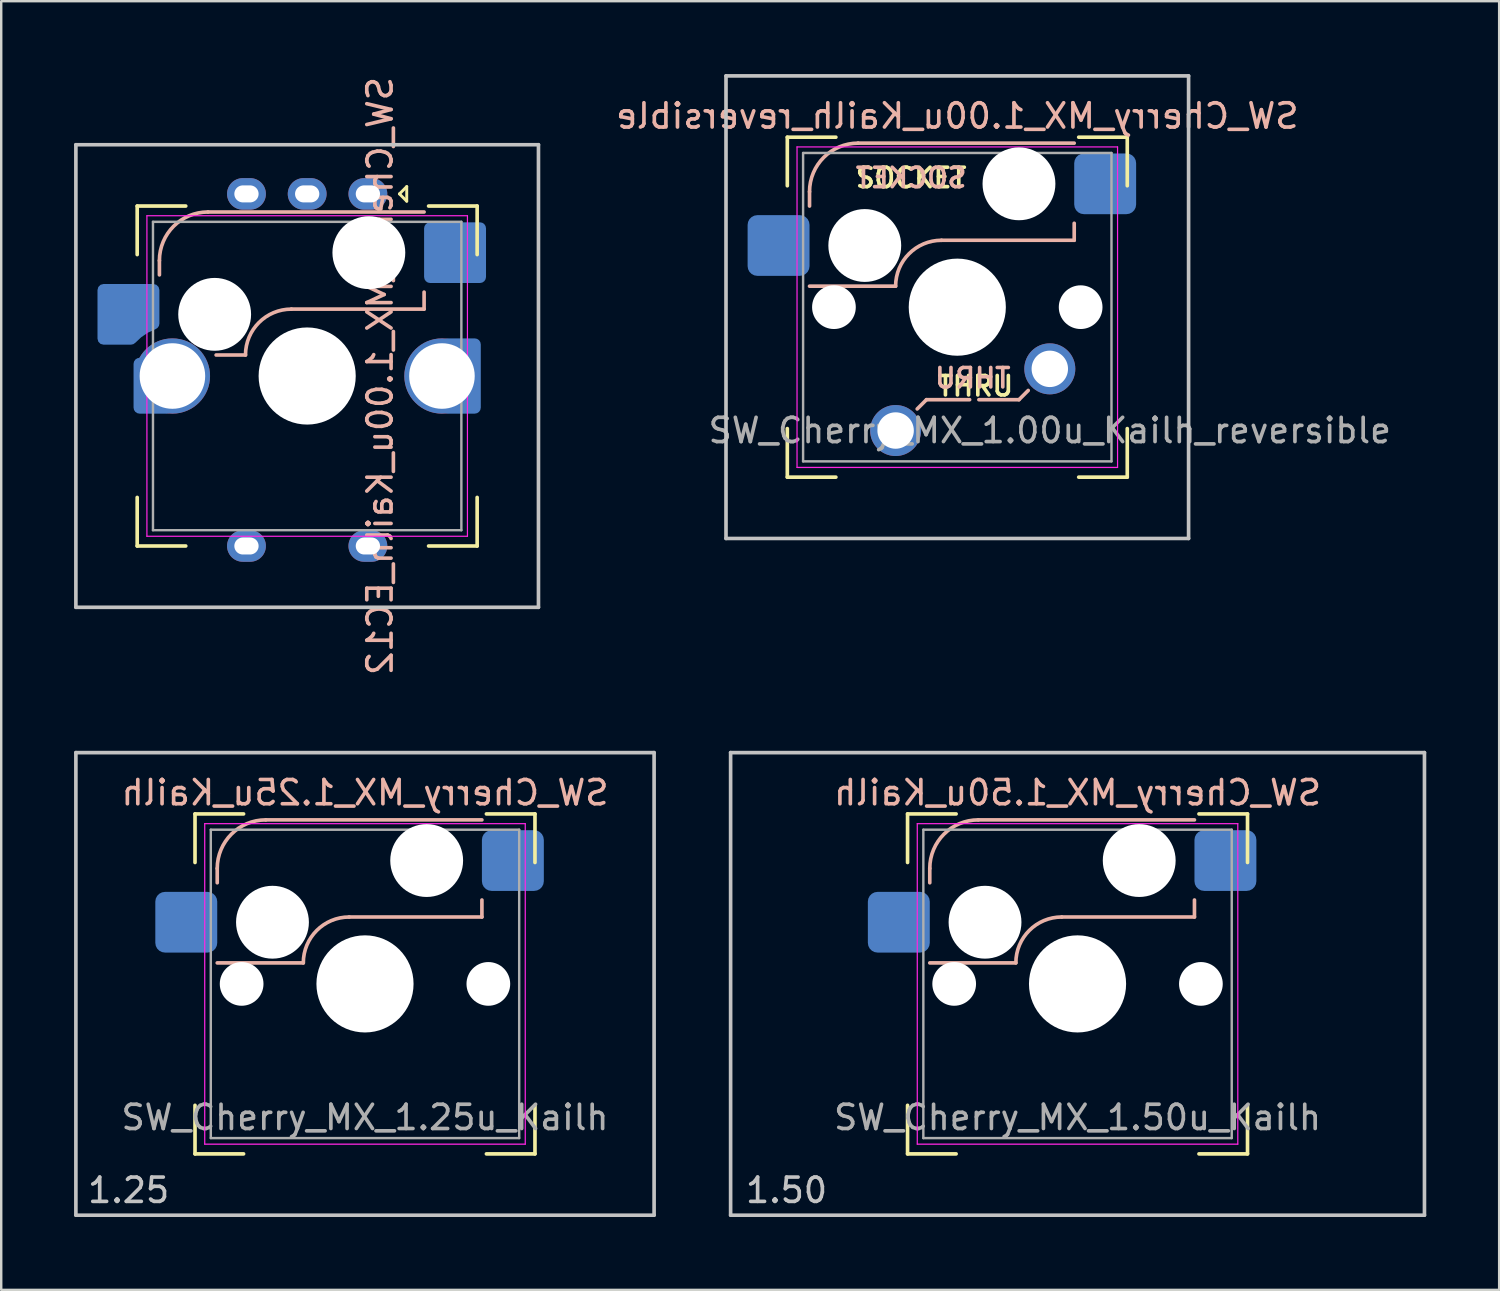
<source format=kicad_pcb>
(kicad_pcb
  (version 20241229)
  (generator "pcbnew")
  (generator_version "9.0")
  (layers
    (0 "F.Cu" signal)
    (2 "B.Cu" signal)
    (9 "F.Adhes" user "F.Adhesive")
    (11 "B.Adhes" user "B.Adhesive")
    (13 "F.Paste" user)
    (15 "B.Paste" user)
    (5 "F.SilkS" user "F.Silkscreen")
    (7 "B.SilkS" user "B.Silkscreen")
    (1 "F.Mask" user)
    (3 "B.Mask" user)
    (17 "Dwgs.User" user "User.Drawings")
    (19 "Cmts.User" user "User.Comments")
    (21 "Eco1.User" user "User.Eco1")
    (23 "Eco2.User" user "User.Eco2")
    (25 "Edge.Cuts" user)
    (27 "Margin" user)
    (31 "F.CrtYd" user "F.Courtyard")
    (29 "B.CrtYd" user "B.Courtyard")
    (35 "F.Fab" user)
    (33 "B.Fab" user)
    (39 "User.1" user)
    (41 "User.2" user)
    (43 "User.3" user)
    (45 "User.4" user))
  (footprint "SW_Cherry_MX_1.25u_Kailh"
    (layer "F.Cu")
    (at 11.981 37.469)
    (property "Reference" "SW_Cherry_MX_1.25u_Kailh" (at 0 -7.874 0) (layer "B.SilkS") (effects (font (size 1 1) (thickness 0.15)) (justify mirror)))
    (attr through_hole)
    (fp_line (start -7 -7) (end -7 -5) (stroke (width 0.15) (type solid)) (layer "F.SilkS"))
    (fp_line (start -7 5) (end -7 7) (stroke (width 0.15) (type solid)) (layer "F.SilkS"))
    (fp_line (start -7 7) (end -5 7) (stroke (width 0.15) (type solid)) (layer "F.SilkS"))
    (fp_line (start -5 -7) (end -7 -7) (stroke (width 0.15) (type solid)) (layer "F.SilkS"))
    (fp_line (start 5 7) (end 7 7) (stroke (width 0.15) (type solid)) (layer "F.SilkS"))
    (fp_line (start 7 -7) (end 5 -7) (stroke (width 0.15) (type solid)) (layer "F.SilkS"))
    (fp_line (start 7 -5) (end 7 -7) (stroke (width 0.15) (type solid)) (layer "F.SilkS"))
    (fp_line (start 7 7) (end 7 5) (stroke (width 0.15) (type solid)) (layer "F.SilkS"))
    (fp_line (start -6.085 -4.165) (end -6.085 -4.755) (stroke (width 0.15) (type solid)) (layer "B.SilkS"))
    (fp_line (start -4.085 -6.755) (end 4.815 -6.755) (stroke (width 0.15) (type solid)) (layer "B.SilkS"))
    (fp_line (start -2.54 -0.865) (end -6.085 -0.865) (stroke (width 0.15) (type solid)) (layer "B.SilkS"))
    (fp_line (start -0.65 -2.755) (end 4.815 -2.755) (stroke (width 0.15) (type solid)) (layer "B.SilkS"))
    (fp_line (start 4.815 -2.755) (end 4.815 -3.455) (stroke (width 0.15) (type solid)) (layer "B.SilkS"))
    (fp_arc (start -6.085 -4.755) (mid -5.499214 -6.169214) (end -4.085 -6.755) (stroke (width 0.15) (type solid)) (layer "B.SilkS"))
    (fp_arc (start -2.54 -0.865) (mid -1.986432 -2.201432) (end -0.65 -2.755) (stroke (width 0.15) (type solid)) (layer "B.SilkS"))
    (fp_line (start -11.906 -9.525) (end 11.906 -9.525) (stroke (width 0.15) (type solid)) (layer "Dwgs.User"))
    (fp_line (start -11.906 9.525) (end -11.906 -9.525) (stroke (width 0.15) (type solid)) (layer "Dwgs.User"))
    (fp_line (start 11.906 -9.525) (end 11.906 9.525) (stroke (width 0.15) (type solid)) (layer "Dwgs.User"))
    (fp_line (start 11.906 9.525) (end -11.906 9.525) (stroke (width 0.15) (type solid)) (layer "Dwgs.User"))
    (fp_line (start -6.6 -6.6) (end 6.6 -6.6) (stroke (width 0.05) (type solid)) (layer "F.CrtYd"))
    (fp_line (start -6.6 6.6) (end -6.6 -6.6) (stroke (width 0.05) (type solid)) (layer "F.CrtYd"))
    (fp_line (start 6.6 -6.6) (end 6.6 6.6) (stroke (width 0.05) (type solid)) (layer "F.CrtYd"))
    (fp_line (start 6.6 6.6) (end -6.6 6.6) (stroke (width 0.05) (type solid)) (layer "F.CrtYd"))
    (fp_line (start -6.35 -6.35) (end 6.35 -6.35) (stroke (width 0.1) (type solid)) (layer "F.Fab"))
    (fp_line (start -6.35 6.35) (end -6.35 -6.35) (stroke (width 0.1) (type solid)) (layer "F.Fab"))
    (fp_line (start 6.35 -6.35) (end 6.35 6.35) (stroke (width 0.1) (type solid)) (layer "F.Fab"))
    (fp_line (start 6.35 6.35) (end -6.35 6.35) (stroke (width 0.1) (type solid)) (layer "F.Fab"))
    (fp_text user "1.25" (at -11.5 8.5 0) (layer "Dwgs.User") (effects (font (size 1 1) (thickness 0.15)) (justify left)))
    (fp_text user "${REFERENCE}" (at 0 5.5 0) (layer "F.Fab") (effects (font (size 1 1) (thickness 0.15))))
    (pad "" np_thru_hole circle (at -5.08 0) (size 1.8 1.8) (drill 1.8) (layers "*.Cu" "*.Mask"))
    (pad "" np_thru_hole circle (at -3.81 -2.54) (size 3 3) (drill 3) (layers "*.Cu" "*.Mask"))
    (pad "" np_thru_hole circle (at 0 0) (size 4 4) (drill 4) (layers "*.Cu" "*.Mask"))
    (pad "" np_thru_hole circle (at 2.54 -5.08) (size 3 3) (drill 3) (layers "*.Cu" "*.Mask"))
    (pad "" np_thru_hole circle (at 5.08 0) (size 1.8 1.8) (drill 1.8) (layers "*.Cu" "*.Mask"))
    (pad "1" smd roundrect (at -7.36 -2.54) (size 2.55 2.5) (layers "B.Cu" "B.Mask" "B.Paste") (roundrect_rratio 0.16))
    (pad "2" smd roundrect (at 6.09 -5.08) (size 2.55 2.5) (layers "B.Cu" "B.Mask" "B.Paste") (roundrect_rratio 0.16)))
  (footprint "SW_Cherry_MX_1.00u_Kailh_reversible"
    (layer "F.Cu")
    (at 36.373 9.6)
    (property "Reference" "SW_Cherry_MX_1.00u_Kailh_reversible" (at 0 -7.874 0) (layer "B.SilkS") (effects (font (size 1 1) (thickness 0.15)) (justify mirror)))
    (attr through_hole)
    (fp_line (start -7 -7) (end -7 -5) (stroke (width 0.15) (type solid)) (layer "F.SilkS"))
    (fp_line (start -7 5) (end -7 7) (stroke (width 0.15) (type solid)) (layer "F.SilkS"))
    (fp_line (start -7 7) (end -5 7) (stroke (width 0.15) (type solid)) (layer "F.SilkS"))
    (fp_line (start -5 -7) (end -7 -7) (stroke (width 0.15) (type solid)) (layer "F.SilkS"))
    (fp_line (start 5 7) (end 7 7) (stroke (width 0.15) (type solid)) (layer "F.SilkS"))
    (fp_line (start 7 -7) (end 5 -7) (stroke (width 0.15) (type solid)) (layer "F.SilkS"))
    (fp_line (start 7 -5) (end 7 -7) (stroke (width 0.15) (type solid)) (layer "F.SilkS"))
    (fp_line (start 7 7) (end 7 5) (stroke (width 0.15) (type solid)) (layer "F.SilkS"))
    (fp_line (start -6.085 -4.165) (end -6.085 -4.755) (stroke (width 0.15) (type solid)) (layer "B.SilkS"))
    (fp_line (start -4.085 -6.755) (end 4.815 -6.755) (stroke (width 0.15) (type solid)) (layer "B.SilkS"))
    (fp_line (start -2.54 -0.865) (end -6.085 -0.865) (stroke (width 0.15) (type solid)) (layer "B.SilkS"))
    (fp_line (start -1.651 4.191) (end -1.27 3.81) (stroke (width 0.15) (type solid)) (layer "B.SilkS"))
    (fp_line (start -1.27 3.81) (end 0.508 3.81) (stroke (width 0.15) (type solid)) (layer "B.SilkS"))
    (fp_line (start -0.65 -2.755) (end 4.815 -2.755) (stroke (width 0.15) (type solid)) (layer "B.SilkS"))
    (fp_line (start 2.54 3.81) (end 0.889 3.81) (stroke (width 0.15) (type solid)) (layer "B.SilkS"))
    (fp_line (start 2.54 3.81) (end 2.921 3.429) (stroke (width 0.15) (type solid)) (layer "B.SilkS"))
    (fp_line (start 4.815 -2.755) (end 4.815 -3.455) (stroke (width 0.15) (type solid)) (layer "B.SilkS"))
    (fp_arc (start -6.085 -4.755) (mid -5.499214 -6.169214) (end -4.085 -6.755) (stroke (width 0.15) (type solid)) (layer "B.SilkS"))
    (fp_arc (start -2.54 -0.865) (mid -1.986432 -2.201432) (end -0.65 -2.755) (stroke (width 0.15) (type solid)) (layer "B.SilkS"))
    (fp_line (start -9.525 -9.525) (end 9.525 -9.525) (stroke (width 0.15) (type solid)) (layer "Dwgs.User"))
    (fp_line (start -9.525 9.525) (end -9.525 -9.525) (stroke (width 0.15) (type solid)) (layer "Dwgs.User"))
    (fp_line (start 9.525 -9.525) (end 9.525 9.525) (stroke (width 0.15) (type solid)) (layer "Dwgs.User"))
    (fp_line (start 9.525 9.525) (end -9.525 9.525) (stroke (width 0.15) (type solid)) (layer "Dwgs.User"))
    (fp_line (start -6.6 -6.6) (end 6.6 -6.6) (stroke (width 0.05) (type solid)) (layer "F.CrtYd"))
    (fp_line (start -6.6 6.6) (end -6.6 -6.6) (stroke (width 0.05) (type solid)) (layer "F.CrtYd"))
    (fp_line (start 6.6 -6.6) (end 6.6 6.6) (stroke (width 0.05) (type solid)) (layer "F.CrtYd"))
    (fp_line (start 6.6 6.6) (end -6.6 6.6) (stroke (width 0.05) (type solid)) (layer "F.CrtYd"))
    (fp_line (start -6.35 -6.35) (end 6.35 -6.35) (stroke (width 0.1) (type solid)) (layer "F.Fab"))
    (fp_line (start -6.35 6.35) (end -6.35 -6.35) (stroke (width 0.1) (type solid)) (layer "F.Fab"))
    (fp_line (start 6.35 -6.35) (end 6.35 6.35) (stroke (width 0.1) (type solid)) (layer "F.Fab"))
    (fp_line (start 6.35 6.35) (end -6.35 6.35) (stroke (width 0.1) (type solid)) (layer "F.Fab"))
    (fp_text user "SOCKET" (at -1.901 -5.326 0) (layer "F.SilkS") (effects (font (size 0.8 0.8) (thickness 0.15))))
    (fp_text user "THRU" (at 0.75 3.25 0) (layer "F.SilkS") (effects (font (size 0.8 0.8) (thickness 0.15))))
    (fp_text user "SOCKET" (at -1.901 -5.326 0) (layer "B.SilkS") (effects (font (size 0.8 0.8) (thickness 0.15)) (justify mirror)))
    (fp_text user "THRU" (at 0.635 2.921 0) (layer "B.SilkS") (effects (font (size 0.8 0.8) (thickness 0.15)) (justify mirror)))
    (fp_text user "${REFERENCE}" (at 3.81 5.08 0) (layer "F.Fab") (effects (font (size 1 1) (thickness 0.15))))
    (pad "" np_thru_hole circle (at -5.08 0) (size 1.8 1.8) (drill 1.8) (layers "*.Cu" "*.Mask"))
    (pad "" np_thru_hole circle (at -3.81 -2.54) (size 3 3) (drill 3) (layers "*.Cu" "*.Mask"))
    (pad "" np_thru_hole circle (at 0 0) (size 4 4) (drill 4) (layers "*.Cu" "*.Mask"))
    (pad "" np_thru_hole circle (at 2.54 -5.08) (size 3 3) (drill 3) (layers "*.Cu" "*.Mask"))
    (pad "" np_thru_hole circle (at 5.08 0) (size 1.8 1.8) (drill 1.8) (layers "*.Cu" "*.Mask"))
    (pad "1" smd roundrect (at -7.36 -2.54) (size 2.55 2.5) (layers "B.Cu" "B.Mask" "B.Paste") (roundrect_rratio 0.16))
    (pad "1" thru_hole circle (at -2.54 5.08) (size 2.1 2.1) (drill 1.5) (layers "*.Cu" "*.Mask"))
    (pad "2" thru_hole circle (at 3.81 2.54) (size 2.1 2.1) (drill 1.5) (layers "*.Cu" "*.Mask"))
    (pad "2" smd roundrect (at 6.09 -5.08) (size 2.55 2.5) (layers "B.Cu" "B.Mask" "B.Paste") (roundrect_rratio 0.16)))
  (footprint "SW_Cherry_MX_1.50u_Kailh"
    (layer "F.Cu")
    (at 41.325 37.469)
    (property "Reference" "SW_Cherry_MX_1.50u_Kailh" (at 0 -7.874 0) (layer "B.SilkS") (effects (font (size 1 1) (thickness 0.15)) (justify mirror)))
    (attr through_hole)
    (fp_line (start -7 -7) (end -7 -5) (stroke (width 0.15) (type solid)) (layer "F.SilkS"))
    (fp_line (start -7 5) (end -7 7) (stroke (width 0.15) (type solid)) (layer "F.SilkS"))
    (fp_line (start -7 7) (end -5 7) (stroke (width 0.15) (type solid)) (layer "F.SilkS"))
    (fp_line (start -5 -7) (end -7 -7) (stroke (width 0.15) (type solid)) (layer "F.SilkS"))
    (fp_line (start 5 7) (end 7 7) (stroke (width 0.15) (type solid)) (layer "F.SilkS"))
    (fp_line (start 7 -7) (end 5 -7) (stroke (width 0.15) (type solid)) (layer "F.SilkS"))
    (fp_line (start 7 -5) (end 7 -7) (stroke (width 0.15) (type solid)) (layer "F.SilkS"))
    (fp_line (start 7 7) (end 7 5) (stroke (width 0.15) (type solid)) (layer "F.SilkS"))
    (fp_line (start -6.085 -4.165) (end -6.085 -4.755) (stroke (width 0.15) (type solid)) (layer "B.SilkS"))
    (fp_line (start -4.085 -6.755) (end 4.815 -6.755) (stroke (width 0.15) (type solid)) (layer "B.SilkS"))
    (fp_line (start -2.54 -0.865) (end -6.085 -0.865) (stroke (width 0.15) (type solid)) (layer "B.SilkS"))
    (fp_line (start -0.65 -2.755) (end 4.815 -2.755) (stroke (width 0.15) (type solid)) (layer "B.SilkS"))
    (fp_line (start 4.815 -2.755) (end 4.815 -3.455) (stroke (width 0.15) (type solid)) (layer "B.SilkS"))
    (fp_arc (start -6.085 -4.755) (mid -5.499214 -6.169214) (end -4.085 -6.755) (stroke (width 0.15) (type solid)) (layer "B.SilkS"))
    (fp_arc (start -2.54 -0.865) (mid -1.986432 -2.201432) (end -0.65 -2.755) (stroke (width 0.15) (type solid)) (layer "B.SilkS"))
    (fp_line (start -14.287 -9.525) (end 14.287 -9.525) (stroke (width 0.15) (type solid)) (layer "Dwgs.User"))
    (fp_line (start -14.287 9.525) (end -14.287 -9.525) (stroke (width 0.15) (type solid)) (layer "Dwgs.User"))
    (fp_line (start 14.287 -9.525) (end 14.287 9.525) (stroke (width 0.15) (type solid)) (layer "Dwgs.User"))
    (fp_line (start 14.287 9.525) (end -14.287 9.525) (stroke (width 0.15) (type solid)) (layer "Dwgs.User"))
    (fp_line (start -6.6 -6.6) (end 6.6 -6.6) (stroke (width 0.05) (type solid)) (layer "F.CrtYd"))
    (fp_line (start -6.6 6.6) (end -6.6 -6.6) (stroke (width 0.05) (type solid)) (layer "F.CrtYd"))
    (fp_line (start 6.6 -6.6) (end 6.6 6.6) (stroke (width 0.05) (type solid)) (layer "F.CrtYd"))
    (fp_line (start 6.6 6.6) (end -6.6 6.6) (stroke (width 0.05) (type solid)) (layer "F.CrtYd"))
    (fp_line (start -6.35 -6.35) (end 6.35 -6.35) (stroke (width 0.1) (type solid)) (layer "F.Fab"))
    (fp_line (start -6.35 6.35) (end -6.35 -6.35) (stroke (width 0.1) (type solid)) (layer "F.Fab"))
    (fp_line (start 6.35 -6.35) (end 6.35 6.35) (stroke (width 0.1) (type solid)) (layer "F.Fab"))
    (fp_line (start 6.35 6.35) (end -6.35 6.35) (stroke (width 0.1) (type solid)) (layer "F.Fab"))
    (fp_text user "1.50" (at -13.75 8.5 0) (layer "Dwgs.User") (effects (font (size 1 1) (thickness 0.15)) (justify left)))
    (fp_text user "${REFERENCE}" (at 0 5.5 0) (layer "F.Fab") (effects (font (size 1 1) (thickness 0.15))))
    (pad "" np_thru_hole circle (at -5.08 0) (size 1.8 1.8) (drill 1.8) (layers "*.Cu" "*.Mask"))
    (pad "" np_thru_hole circle (at -3.81 -2.54) (size 3 3) (drill 3) (layers "*.Cu" "*.Mask"))
    (pad "" np_thru_hole circle (at 0 0) (size 4 4) (drill 4) (layers "*.Cu" "*.Mask"))
    (pad "" np_thru_hole circle (at 2.54 -5.08) (size 3 3) (drill 3) (layers "*.Cu" "*.Mask"))
    (pad "" np_thru_hole circle (at 5.08 0) (size 1.8 1.8) (drill 1.8) (layers "*.Cu" "*.Mask"))
    (pad "1" smd roundrect (at -7.36 -2.54) (size 2.55 2.5) (layers "B.Cu" "B.Mask" "B.Paste") (roundrect_rratio 0.16))
    (pad "2" smd roundrect (at 6.09 -5.08) (size 2.55 2.5) (layers "B.Cu" "B.Mask" "B.Paste") (roundrect_rratio 0.16)))
  (footprint "SW_Cherry_MX_1.00u_Kailh_EC12"
    (layer "F.Cu")
    (at 9.6 12.435)
    (property "Reference" "SW_Cherry_MX_1.00u_Kailh_EC12" (at 3 0 270) (layer "B.SilkS") (effects (font (size 1 1) (thickness 0.15)) (justify mirror)))
    (attr through_hole)
    (fp_line (start -7 -7) (end -7 -5) (stroke (width 0.15) (type solid)) (layer "F.SilkS"))
    (fp_line (start -7 5) (end -7 7) (stroke (width 0.15) (type solid)) (layer "F.SilkS"))
    (fp_line (start -7 7) (end -5 7) (stroke (width 0.15) (type solid)) (layer "F.SilkS"))
    (fp_line (start -5 -7) (end -7 -7) (stroke (width 0.15) (type solid)) (layer "F.SilkS"))
    (fp_line (start 3.8 -7.5) (end 4.1 -7.8) (stroke (width 0.12) (type solid)) (layer "F.SilkS"))
    (fp_line (start 4.1 -7.8) (end 4.1 -7.2) (stroke (width 0.12) (type solid)) (layer "F.SilkS"))
    (fp_line (start 4.1 -7.2) (end 3.8 -7.5) (stroke (width 0.12) (type solid)) (layer "F.SilkS"))
    (fp_line (start 5 7) (end 7 7) (stroke (width 0.15) (type solid)) (layer "F.SilkS"))
    (fp_line (start 7 -7) (end 5 -7) (stroke (width 0.15) (type solid)) (layer "F.SilkS"))
    (fp_line (start 7 -5) (end 7 -7) (stroke (width 0.15) (type solid)) (layer "F.SilkS"))
    (fp_line (start 7 7) (end 7 5) (stroke (width 0.15) (type solid)) (layer "F.SilkS"))
    (fp_line (start -6.085 -4.165) (end -6.085 -4.755) (stroke (width 0.15) (type solid)) (layer "B.SilkS"))
    (fp_line (start -4.085 -6.755) (end 4.815 -6.755) (stroke (width 0.15) (type solid)) (layer "B.SilkS"))
    (fp_line (start -2.54 -0.865) (end -3.75 -0.865) (stroke (width 0.15) (type solid)) (layer "B.SilkS"))
    (fp_line (start -0.65 -2.755) (end 4.815 -2.755) (stroke (width 0.15) (type solid)) (layer "B.SilkS"))
    (fp_line (start 4.815 -2.755) (end 4.815 -3.455) (stroke (width 0.15) (type solid)) (layer "B.SilkS"))
    (fp_arc (start -6.085 -4.755) (mid -5.499214 -6.169214) (end -4.085 -6.755) (stroke (width 0.15) (type solid)) (layer "B.SilkS"))
    (fp_arc (start -2.54 -0.865) (mid -1.986432 -2.201432) (end -0.65 -2.755) (stroke (width 0.15) (type solid)) (layer "B.SilkS"))
    (fp_line (start -9.525 -9.525) (end 9.525 -9.525) (stroke (width 0.15) (type solid)) (layer "Dwgs.User"))
    (fp_line (start -9.525 9.525) (end -9.525 -9.525) (stroke (width 0.15) (type solid)) (layer "Dwgs.User"))
    (fp_line (start 9.525 -9.525) (end 9.525 9.525) (stroke (width 0.15) (type solid)) (layer "Dwgs.User"))
    (fp_line (start 9.525 9.525) (end -9.525 9.525) (stroke (width 0.15) (type solid)) (layer "Dwgs.User"))
    (fp_line (start -6.6 -6.6) (end 6.6 -6.6) (stroke (width 0.05) (type solid)) (layer "F.CrtYd"))
    (fp_line (start -6.6 6.6) (end -6.6 -6.6) (stroke (width 0.05) (type solid)) (layer "F.CrtYd"))
    (fp_line (start 6.6 -6.6) (end 6.6 6.6) (stroke (width 0.05) (type solid)) (layer "F.CrtYd"))
    (fp_line (start 6.6 6.6) (end -6.6 6.6) (stroke (width 0.05) (type solid)) (layer "F.CrtYd"))
    (fp_line (start -6.35 -6.35) (end 6.35 -6.35) (stroke (width 0.1) (type solid)) (layer "F.Fab"))
    (fp_line (start -6.35 6.35) (end -6.35 -6.35) (stroke (width 0.1) (type solid)) (layer "F.Fab"))
    (fp_line (start 6.35 -6.35) (end 6.35 6.35) (stroke (width 0.1) (type solid)) (layer "F.Fab"))
    (fp_line (start 6.35 6.35) (end -6.35 6.35) (stroke (width 0.1) (type solid)) (layer "F.Fab"))
    (pad "" np_thru_hole circle (at -3.81 -2.54) (size 3 3) (drill 3) (layers "*.Cu" "*.Mask"))
    (pad "" np_thru_hole circle (at 0 0 180) (size 4 4) (drill 4) (layers "*.Cu" "*.Mask"))
    (pad "" np_thru_hole circle (at 2.54 -5.08) (size 3 3) (drill 3) (layers "*.Cu" "*.Mask"))
    (pad "A" thru_hole oval (at 2.5 -7.5) (size 1.6 1.3) (drill oval 1 0.7) (layers "*.Cu" "*.Mask"))
    (pad "B" thru_hole oval (at -2.5 -7.5) (size 1.6 1.3) (drill oval 1 0.7) (layers "*.Cu" "*.Mask"))
    (pad "C" thru_hole oval (at 0 -7.5) (size 1.6 1.3) (drill oval 1 0.7) (layers "*.Cu" "*.Mask"))
    (pad "MP" smd roundrect (at -6.35 0.4) (size 1.6 2.3) (layers "B.Cu" "B.Mask") (roundrect_rratio 0.156))
    (pad "MP" thru_hole circle (at -5.55 0 270) (size 3.1 3.1) (drill 2.7) (layers "*.Cu" "*.Mask"))
    (pad "MP" thru_hole circle (at 5.55 0 270) (size 3.1 3.1) (drill 2.7) (layers "*.Cu" "*.Mask"))
    (pad "MP" smd roundrect (at 6.35 0) (size 1.6 3.1) (layers "B.Cu" "B.Mask") (roundrect_rratio 0.156))
    (pad "S1" thru_hole oval (at 2.5 7) (size 1.6 1.3) (drill oval 1 0.7) (layers "*.Cu" "*.Mask"))
    (pad "S1" smd roundrect (at 6.09 -5.08) (size 2.55 2.5) (layers "B.Cu" "B.Mask" "B.Paste") (roundrect_rratio 0.1))
    (pad "S2" smd custom (at -7.36 -2.54) (size 2 2) (layers "B.Cu" "B.Mask" "B.Paste") (options (anchor circle)) (primitives (gr_poly (pts (xy 1.11 0.613) (xy 0.807 0.752) (xy 0.53 0.939) (xy 0.287 1.167) (xy 0.203 1.228) (xy 0.102 1.25) (xy -1.025 1.25) (xy -1.15 1.217) (xy -1.242 1.125) (xy -1.275 1) (xy -1.275 -1) (xy -1.242 -1.125) (xy -1.15 -1.217) (xy -1.025 -1.25) (xy 1.025 -1.25) (xy 1.15 -1.217) (xy 1.242 -1.125) (xy 1.275 -1) (xy 1.275 0.378) (xy 1.255 0.477) (xy 1.196 0.56)) (width 0) (fill yes))))
    (pad "S2" thru_hole oval (at -2.5 7) (size 1.6 1.3) (drill oval 1 0.7) (layers "*.Cu" "*.Mask")))
  (gr_rect
    (start -3 -3)
    (end 58.688 50.069)
    (stroke (width 0.1) (type default))
    (fill no)
    (layer "Edge.Cuts")))
</source>
